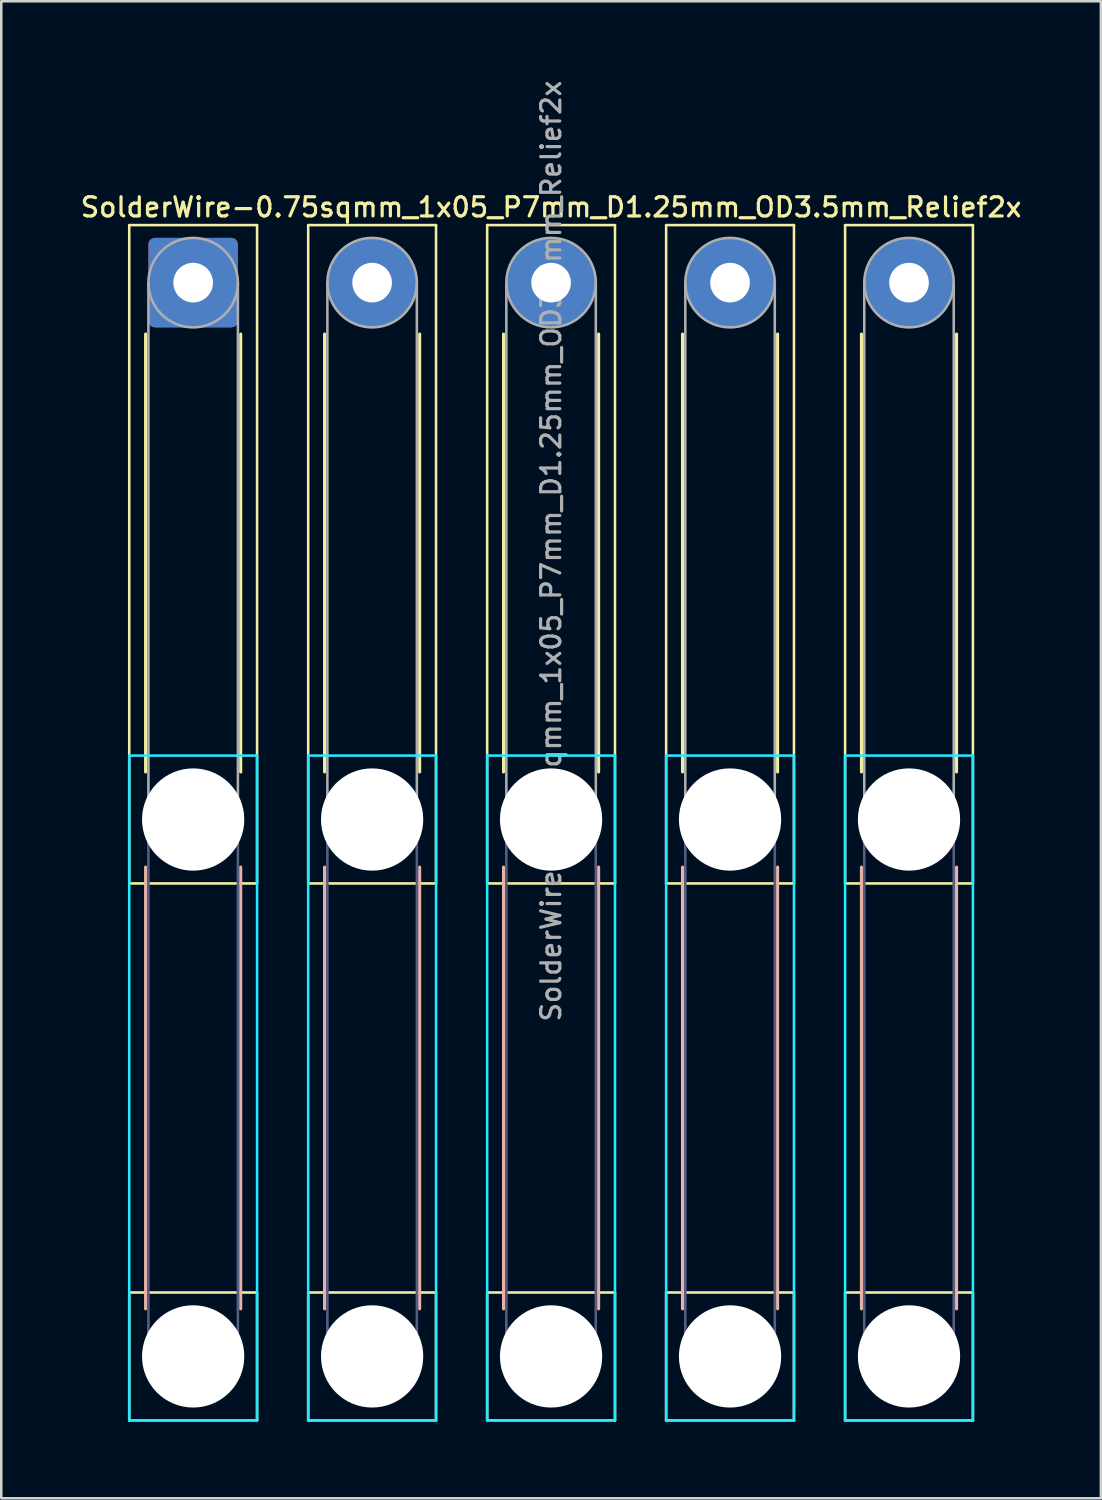
<source format=kicad_pcb>
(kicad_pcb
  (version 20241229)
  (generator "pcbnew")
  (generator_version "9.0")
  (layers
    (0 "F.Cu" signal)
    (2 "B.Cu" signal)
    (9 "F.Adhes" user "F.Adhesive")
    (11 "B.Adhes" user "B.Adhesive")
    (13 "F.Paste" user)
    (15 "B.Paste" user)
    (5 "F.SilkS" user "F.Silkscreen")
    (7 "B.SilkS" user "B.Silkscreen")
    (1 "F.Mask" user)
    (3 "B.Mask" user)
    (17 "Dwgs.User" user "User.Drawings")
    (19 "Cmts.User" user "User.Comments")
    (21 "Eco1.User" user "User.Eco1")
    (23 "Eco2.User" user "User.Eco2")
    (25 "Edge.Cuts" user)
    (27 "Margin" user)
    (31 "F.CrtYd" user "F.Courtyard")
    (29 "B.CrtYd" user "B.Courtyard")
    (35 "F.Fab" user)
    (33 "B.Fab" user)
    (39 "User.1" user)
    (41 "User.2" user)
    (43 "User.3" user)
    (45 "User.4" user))
  (footprint "SolderWire-0.75sqmm_1x05_P7mm_D1.25mm_OD3.5mm_Relief2x"
    (layer "F.Cu")
    (at 4.505 8.005)
    (property "Reference" "SolderWire-0.75sqmm_1x05_P7mm_D1.25mm_OD3.5mm_Relief2x" (at 14 -2.95 0) (layer "F.SilkS") (effects (font (size 0.75 0.75) (thickness 0.125))))
    (attr exclude_from_pos_files exclude_from_bom)
    (fp_line (start -2.5 -2.25) (end -2.5 23.5) (stroke (width 0.1) (type solid)) (layer "F.SilkS"))
    (fp_line (start -2.5 23.5) (end 2.5 23.5) (stroke (width 0.1) (type solid)) (layer "F.SilkS"))
    (fp_line (start -2.5 39.5) (end -2.5 44.5) (stroke (width 0.1) (type solid)) (layer "F.SilkS"))
    (fp_line (start -2.5 44.5) (end 2.5 44.5) (stroke (width 0.1) (type solid)) (layer "F.SilkS"))
    (fp_line (start -1.86 2.01) (end -1.86 19.14) (stroke (width 0.12) (type solid)) (layer "F.SilkS"))
    (fp_line (start 1.86 2.01) (end 1.86 19.14) (stroke (width 0.12) (type solid)) (layer "F.SilkS"))
    (fp_line (start 2.5 -2.25) (end -2.5 -2.25) (stroke (width 0.1) (type solid)) (layer "F.SilkS"))
    (fp_line (start 2.5 23.5) (end 2.5 -2.25) (stroke (width 0.1) (type solid)) (layer "F.SilkS"))
    (fp_line (start 2.5 39.5) (end -2.5 39.5) (stroke (width 0.1) (type solid)) (layer "F.SilkS"))
    (fp_line (start 2.5 44.5) (end 2.5 39.5) (stroke (width 0.1) (type solid)) (layer "F.SilkS"))
    (fp_line (start 4.5 -2.25) (end 4.5 23.5) (stroke (width 0.1) (type solid)) (layer "F.SilkS"))
    (fp_line (start 4.5 23.5) (end 9.5 23.5) (stroke (width 0.1) (type solid)) (layer "F.SilkS"))
    (fp_line (start 4.5 39.5) (end 4.5 44.5) (stroke (width 0.1) (type solid)) (layer "F.SilkS"))
    (fp_line (start 4.5 44.5) (end 9.5 44.5) (stroke (width 0.1) (type solid)) (layer "F.SilkS"))
    (fp_line (start 5.14 2.01) (end 5.14 19.14) (stroke (width 0.12) (type solid)) (layer "F.SilkS"))
    (fp_line (start 8.86 2.01) (end 8.86 19.14) (stroke (width 0.12) (type solid)) (layer "F.SilkS"))
    (fp_line (start 9.5 -2.25) (end 4.5 -2.25) (stroke (width 0.1) (type solid)) (layer "F.SilkS"))
    (fp_line (start 9.5 23.5) (end 9.5 -2.25) (stroke (width 0.1) (type solid)) (layer "F.SilkS"))
    (fp_line (start 9.5 39.5) (end 4.5 39.5) (stroke (width 0.1) (type solid)) (layer "F.SilkS"))
    (fp_line (start 9.5 44.5) (end 9.5 39.5) (stroke (width 0.1) (type solid)) (layer "F.SilkS"))
    (fp_line (start 11.5 -2.25) (end 11.5 23.5) (stroke (width 0.1) (type solid)) (layer "F.SilkS"))
    (fp_line (start 11.5 23.5) (end 16.5 23.5) (stroke (width 0.1) (type solid)) (layer "F.SilkS"))
    (fp_line (start 11.5 39.5) (end 11.5 44.5) (stroke (width 0.1) (type solid)) (layer "F.SilkS"))
    (fp_line (start 11.5 44.5) (end 16.5 44.5) (stroke (width 0.1) (type solid)) (layer "F.SilkS"))
    (fp_line (start 12.14 2.01) (end 12.14 19.14) (stroke (width 0.12) (type solid)) (layer "F.SilkS"))
    (fp_line (start 15.86 2.01) (end 15.86 19.14) (stroke (width 0.12) (type solid)) (layer "F.SilkS"))
    (fp_line (start 16.5 -2.25) (end 11.5 -2.25) (stroke (width 0.1) (type solid)) (layer "F.SilkS"))
    (fp_line (start 16.5 23.5) (end 16.5 -2.25) (stroke (width 0.1) (type solid)) (layer "F.SilkS"))
    (fp_line (start 16.5 39.5) (end 11.5 39.5) (stroke (width 0.1) (type solid)) (layer "F.SilkS"))
    (fp_line (start 16.5 44.5) (end 16.5 39.5) (stroke (width 0.1) (type solid)) (layer "F.SilkS"))
    (fp_line (start 18.5 -2.25) (end 18.5 23.5) (stroke (width 0.1) (type solid)) (layer "F.SilkS"))
    (fp_line (start 18.5 23.5) (end 23.5 23.5) (stroke (width 0.1) (type solid)) (layer "F.SilkS"))
    (fp_line (start 18.5 39.5) (end 18.5 44.5) (stroke (width 0.1) (type solid)) (layer "F.SilkS"))
    (fp_line (start 18.5 44.5) (end 23.5 44.5) (stroke (width 0.1) (type solid)) (layer "F.SilkS"))
    (fp_line (start 19.14 2.01) (end 19.14 19.14) (stroke (width 0.12) (type solid)) (layer "F.SilkS"))
    (fp_line (start 22.86 2.01) (end 22.86 19.14) (stroke (width 0.12) (type solid)) (layer "F.SilkS"))
    (fp_line (start 23.5 -2.25) (end 18.5 -2.25) (stroke (width 0.1) (type solid)) (layer "F.SilkS"))
    (fp_line (start 23.5 23.5) (end 23.5 -2.25) (stroke (width 0.1) (type solid)) (layer "F.SilkS"))
    (fp_line (start 23.5 39.5) (end 18.5 39.5) (stroke (width 0.1) (type solid)) (layer "F.SilkS"))
    (fp_line (start 23.5 44.5) (end 23.5 39.5) (stroke (width 0.1) (type solid)) (layer "F.SilkS"))
    (fp_line (start 25.5 -2.25) (end 25.5 23.5) (stroke (width 0.1) (type solid)) (layer "F.SilkS"))
    (fp_line (start 25.5 23.5) (end 30.5 23.5) (stroke (width 0.1) (type solid)) (layer "F.SilkS"))
    (fp_line (start 25.5 39.5) (end 25.5 44.5) (stroke (width 0.1) (type solid)) (layer "F.SilkS"))
    (fp_line (start 25.5 44.5) (end 30.5 44.5) (stroke (width 0.1) (type solid)) (layer "F.SilkS"))
    (fp_line (start 26.14 2.01) (end 26.14 19.14) (stroke (width 0.12) (type solid)) (layer "F.SilkS"))
    (fp_line (start 29.86 2.01) (end 29.86 19.14) (stroke (width 0.12) (type solid)) (layer "F.SilkS"))
    (fp_line (start 30.5 -2.25) (end 25.5 -2.25) (stroke (width 0.1) (type solid)) (layer "F.SilkS"))
    (fp_line (start 30.5 23.5) (end 30.5 -2.25) (stroke (width 0.1) (type solid)) (layer "F.SilkS"))
    (fp_line (start 30.5 39.5) (end 25.5 39.5) (stroke (width 0.1) (type solid)) (layer "F.SilkS"))
    (fp_line (start 30.5 44.5) (end 30.5 39.5) (stroke (width 0.1) (type solid)) (layer "F.SilkS"))
    (fp_line (start -1.86 22.86) (end -1.86 40.14) (stroke (width 0.12) (type solid)) (layer "B.SilkS"))
    (fp_line (start 1.86 22.86) (end 1.86 40.14) (stroke (width 0.12) (type solid)) (layer "B.SilkS"))
    (fp_line (start 5.14 22.86) (end 5.14 40.14) (stroke (width 0.12) (type solid)) (layer "B.SilkS"))
    (fp_line (start 8.86 22.86) (end 8.86 40.14) (stroke (width 0.12) (type solid)) (layer "B.SilkS"))
    (fp_line (start 12.14 22.86) (end 12.14 40.14) (stroke (width 0.12) (type solid)) (layer "B.SilkS"))
    (fp_line (start 15.86 22.86) (end 15.86 40.14) (stroke (width 0.12) (type solid)) (layer "B.SilkS"))
    (fp_line (start 19.14 22.86) (end 19.14 40.14) (stroke (width 0.12) (type solid)) (layer "B.SilkS"))
    (fp_line (start 22.86 22.86) (end 22.86 40.14) (stroke (width 0.12) (type solid)) (layer "B.SilkS"))
    (fp_line (start 26.14 22.86) (end 26.14 40.14) (stroke (width 0.12) (type solid)) (layer "B.SilkS"))
    (fp_line (start 29.86 22.86) (end 29.86 40.14) (stroke (width 0.12) (type solid)) (layer "B.SilkS"))
    (fp_line (start -2.5 18.5) (end -2.5 44.5) (stroke (width 0.1) (type solid)) (layer "B.CrtYd"))
    (fp_line (start -2.5 44.5) (end 2.5 44.5) (stroke (width 0.1) (type solid)) (layer "B.CrtYd"))
    (fp_line (start 2.5 18.5) (end -2.5 18.5) (stroke (width 0.1) (type solid)) (layer "B.CrtYd"))
    (fp_line (start 2.5 44.5) (end 2.5 18.5) (stroke (width 0.1) (type solid)) (layer "B.CrtYd"))
    (fp_line (start 4.5 18.5) (end 4.5 44.5) (stroke (width 0.1) (type solid)) (layer "B.CrtYd"))
    (fp_line (start 4.5 44.5) (end 9.5 44.5) (stroke (width 0.1) (type solid)) (layer "B.CrtYd"))
    (fp_line (start 9.5 18.5) (end 4.5 18.5) (stroke (width 0.1) (type solid)) (layer "B.CrtYd"))
    (fp_line (start 9.5 44.5) (end 9.5 18.5) (stroke (width 0.1) (type solid)) (layer "B.CrtYd"))
    (fp_line (start 11.5 18.5) (end 11.5 44.5) (stroke (width 0.1) (type solid)) (layer "B.CrtYd"))
    (fp_line (start 11.5 44.5) (end 16.5 44.5) (stroke (width 0.1) (type solid)) (layer "B.CrtYd"))
    (fp_line (start 16.5 18.5) (end 11.5 18.5) (stroke (width 0.1) (type solid)) (layer "B.CrtYd"))
    (fp_line (start 16.5 44.5) (end 16.5 18.5) (stroke (width 0.1) (type solid)) (layer "B.CrtYd"))
    (fp_line (start 18.5 18.5) (end 18.5 44.5) (stroke (width 0.1) (type solid)) (layer "B.CrtYd"))
    (fp_line (start 18.5 44.5) (end 23.5 44.5) (stroke (width 0.1) (type solid)) (layer "B.CrtYd"))
    (fp_line (start 23.5 18.5) (end 18.5 18.5) (stroke (width 0.1) (type solid)) (layer "B.CrtYd"))
    (fp_line (start 23.5 44.5) (end 23.5 18.5) (stroke (width 0.1) (type solid)) (layer "B.CrtYd"))
    (fp_line (start 25.5 18.5) (end 25.5 44.5) (stroke (width 0.1) (type solid)) (layer "B.CrtYd"))
    (fp_line (start 25.5 44.5) (end 30.5 44.5) (stroke (width 0.1) (type solid)) (layer "B.CrtYd"))
    (fp_line (start 30.5 18.5) (end 25.5 18.5) (stroke (width 0.1) (type solid)) (layer "B.CrtYd"))
    (fp_line (start 30.5 44.5) (end 30.5 18.5) (stroke (width 0.1) (type solid)) (layer "B.CrtYd"))
    (fp_line (start -1.75 21) (end -1.75 42) (stroke (width 0.1) (type solid)) (layer "B.Fab"))
    (fp_line (start 1.75 21) (end 1.75 42) (stroke (width 0.1) (type solid)) (layer "B.Fab"))
    (fp_line (start 5.25 21) (end 5.25 42) (stroke (width 0.1) (type solid)) (layer "B.Fab"))
    (fp_line (start 8.75 21) (end 8.75 42) (stroke (width 0.1) (type solid)) (layer "B.Fab"))
    (fp_line (start 12.25 21) (end 12.25 42) (stroke (width 0.1) (type solid)) (layer "B.Fab"))
    (fp_line (start 15.75 21) (end 15.75 42) (stroke (width 0.1) (type solid)) (layer "B.Fab"))
    (fp_line (start 19.25 21) (end 19.25 42) (stroke (width 0.1) (type solid)) (layer "B.Fab"))
    (fp_line (start 22.75 21) (end 22.75 42) (stroke (width 0.1) (type solid)) (layer "B.Fab"))
    (fp_line (start 26.25 21) (end 26.25 42) (stroke (width 0.1) (type solid)) (layer "B.Fab"))
    (fp_line (start 29.75 21) (end 29.75 42) (stroke (width 0.1) (type solid)) (layer "B.Fab"))
    (fp_circle (center 0 21) (end 1.75 21) (stroke (width 0.1) (type solid)) (fill no) (layer "B.Fab"))
    (fp_circle (center 0 42) (end 1.75 42) (stroke (width 0.1) (type solid)) (fill no) (layer "B.Fab"))
    (fp_circle (center 7 21) (end 8.75 21) (stroke (width 0.1) (type solid)) (fill no) (layer "B.Fab"))
    (fp_circle (center 7 42) (end 8.75 42) (stroke (width 0.1) (type solid)) (fill no) (layer "B.Fab"))
    (fp_circle (center 14 21) (end 15.75 21) (stroke (width 0.1) (type solid)) (fill no) (layer "B.Fab"))
    (fp_circle (center 14 42) (end 15.75 42) (stroke (width 0.1) (type solid)) (fill no) (layer "B.Fab"))
    (fp_circle (center 21 21) (end 22.75 21) (stroke (width 0.1) (type solid)) (fill no) (layer "B.Fab"))
    (fp_circle (center 21 42) (end 22.75 42) (stroke (width 0.1) (type solid)) (fill no) (layer "B.Fab"))
    (fp_circle (center 28 21) (end 29.75 21) (stroke (width 0.1) (type solid)) (fill no) (layer "B.Fab"))
    (fp_circle (center 28 42) (end 29.75 42) (stroke (width 0.1) (type solid)) (fill no) (layer "B.Fab"))
    (fp_line (start -1.75 0) (end -1.75 21) (stroke (width 0.1) (type solid)) (layer "F.Fab"))
    (fp_line (start 1.75 0) (end 1.75 21) (stroke (width 0.1) (type solid)) (layer "F.Fab"))
    (fp_line (start 5.25 0) (end 5.25 21) (stroke (width 0.1) (type solid)) (layer "F.Fab"))
    (fp_line (start 8.75 0) (end 8.75 21) (stroke (width 0.1) (type solid)) (layer "F.Fab"))
    (fp_line (start 12.25 0) (end 12.25 21) (stroke (width 0.1) (type solid)) (layer "F.Fab"))
    (fp_line (start 15.75 0) (end 15.75 21) (stroke (width 0.1) (type solid)) (layer "F.Fab"))
    (fp_line (start 19.25 0) (end 19.25 21) (stroke (width 0.1) (type solid)) (layer "F.Fab"))
    (fp_line (start 22.75 0) (end 22.75 21) (stroke (width 0.1) (type solid)) (layer "F.Fab"))
    (fp_line (start 26.25 0) (end 26.25 21) (stroke (width 0.1) (type solid)) (layer "F.Fab"))
    (fp_line (start 29.75 0) (end 29.75 21) (stroke (width 0.1) (type solid)) (layer "F.Fab"))
    (fp_circle (center 0 0) (end 1.75 0) (stroke (width 0.1) (type solid)) (fill no) (layer "F.Fab"))
    (fp_circle (center 0 21) (end 1.75 21) (stroke (width 0.1) (type solid)) (fill no) (layer "F.Fab"))
    (fp_circle (center 0 42) (end 1.75 42) (stroke (width 0.1) (type solid)) (fill no) (layer "F.Fab"))
    (fp_circle (center 7 0) (end 8.75 0) (stroke (width 0.1) (type solid)) (fill no) (layer "F.Fab"))
    (fp_circle (center 7 21) (end 8.75 21) (stroke (width 0.1) (type solid)) (fill no) (layer "F.Fab"))
    (fp_circle (center 7 42) (end 8.75 42) (stroke (width 0.1) (type solid)) (fill no) (layer "F.Fab"))
    (fp_circle (center 14 0) (end 15.75 0) (stroke (width 0.1) (type solid)) (fill no) (layer "F.Fab"))
    (fp_circle (center 14 21) (end 15.75 21) (stroke (width 0.1) (type solid)) (fill no) (layer "F.Fab"))
    (fp_circle (center 14 42) (end 15.75 42) (stroke (width 0.1) (type solid)) (fill no) (layer "F.Fab"))
    (fp_circle (center 21 0) (end 22.75 0) (stroke (width 0.1) (type solid)) (fill no) (layer "F.Fab"))
    (fp_circle (center 21 21) (end 22.75 21) (stroke (width 0.1) (type solid)) (fill no) (layer "F.Fab"))
    (fp_circle (center 21 42) (end 22.75 42) (stroke (width 0.1) (type solid)) (fill no) (layer "F.Fab"))
    (fp_circle (center 28 0) (end 29.75 0) (stroke (width 0.1) (type solid)) (fill no) (layer "F.Fab"))
    (fp_circle (center 28 21) (end 29.75 21) (stroke (width 0.1) (type solid)) (fill no) (layer "F.Fab"))
    (fp_circle (center 28 42) (end 29.75 42) (stroke (width 0.1) (type solid)) (fill no) (layer "F.Fab"))
    (fp_text user "${REFERENCE}" (at 14 10.5 90) (layer "F.Fab") (effects (font (size 0.75 0.75) (thickness 0.125))))
    (pad "" np_thru_hole circle (at 0 21) (size 4 4) (drill 4) (layers "*.Cu" "*.Mask"))
    (pad "" np_thru_hole circle (at 0 42) (size 4 4) (drill 4) (layers "*.Cu" "*.Mask"))
    (pad "" np_thru_hole circle (at 7 21) (size 4 4) (drill 4) (layers "*.Cu" "*.Mask"))
    (pad "" np_thru_hole circle (at 7 42) (size 4 4) (drill 4) (layers "*.Cu" "*.Mask"))
    (pad "" np_thru_hole circle (at 14 21) (size 4 4) (drill 4) (layers "*.Cu" "*.Mask"))
    (pad "" np_thru_hole circle (at 14 42) (size 4 4) (drill 4) (layers "*.Cu" "*.Mask"))
    (pad "" np_thru_hole circle (at 21 21) (size 4 4) (drill 4) (layers "*.Cu" "*.Mask"))
    (pad "" np_thru_hole circle (at 21 42) (size 4 4) (drill 4) (layers "*.Cu" "*.Mask"))
    (pad "" np_thru_hole circle (at 28 21) (size 4 4) (drill 4) (layers "*.Cu" "*.Mask"))
    (pad "" np_thru_hole circle (at 28 42) (size 4 4) (drill 4) (layers "*.Cu" "*.Mask"))
    (pad "1" thru_hole roundrect (at 0 0) (size 3.5 3.5) (drill 1.55) (layers "*.Cu" "*.Mask") (roundrect_rratio 0.071))
    (pad "2" thru_hole circle (at 7 0) (size 3.5 3.5) (drill 1.55) (layers "*.Cu" "*.Mask"))
    (pad "3" thru_hole circle (at 14 0) (size 3.5 3.5) (drill 1.55) (layers "*.Cu" "*.Mask"))
    (pad "4" thru_hole circle (at 21 0) (size 3.5 3.5) (drill 1.55) (layers "*.Cu" "*.Mask"))
    (pad "5" thru_hole circle (at 28 0) (size 3.5 3.5) (drill 1.55) (layers "*.Cu" "*.Mask")))
  (gr_rect
    (start -3 -3)
    (end 40.011 55.555)
    (stroke (width 0.1) (type default))
    (fill no)
    (layer "Edge.Cuts")))
</source>
